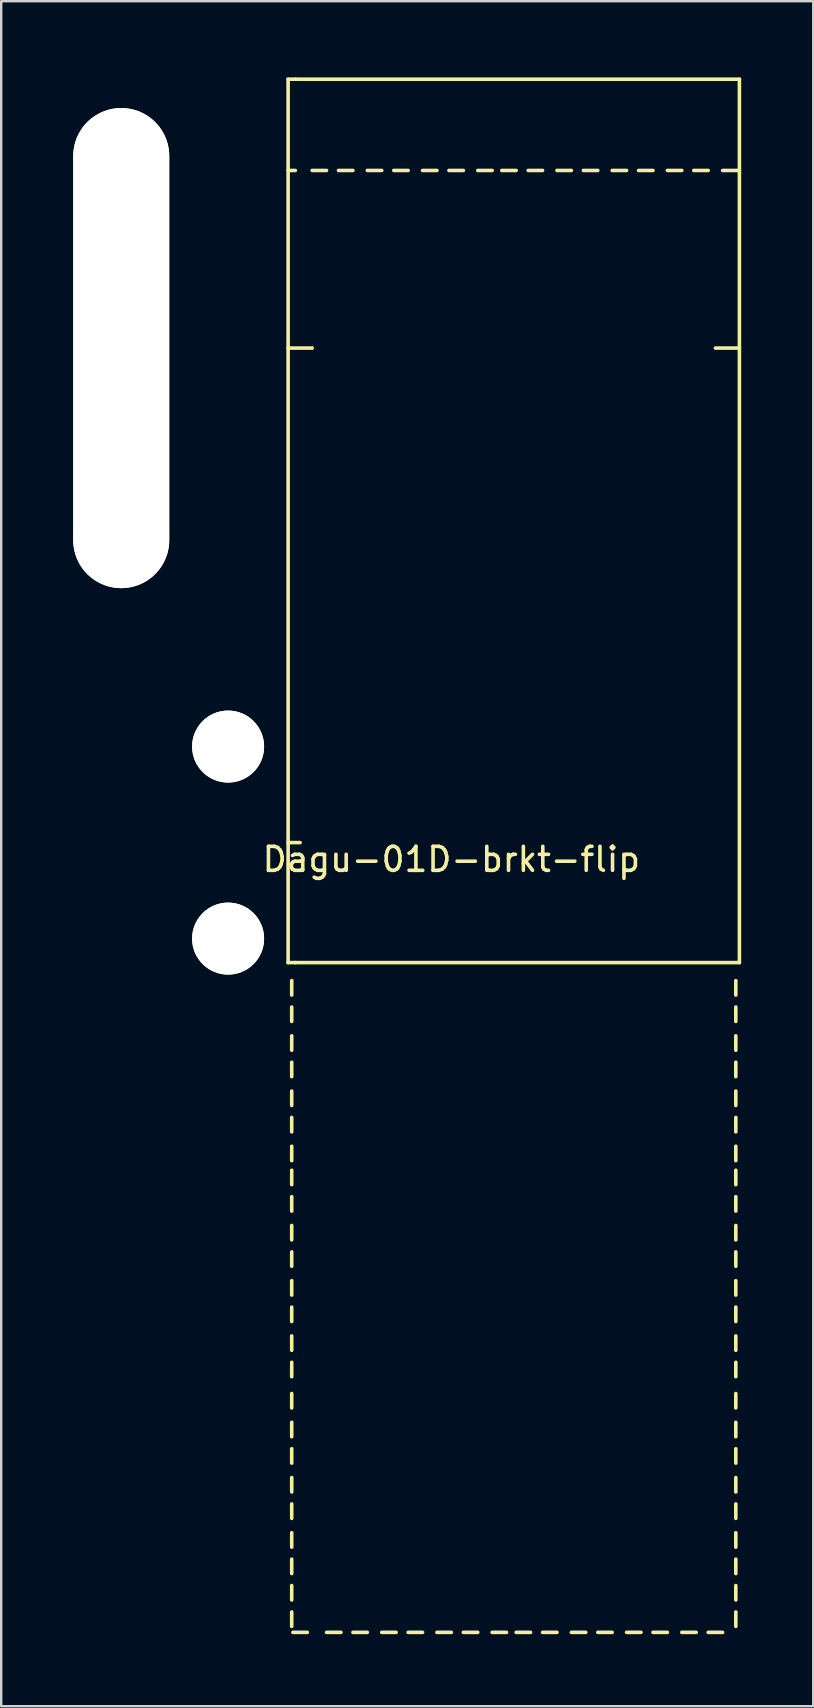
<source format=kicad_pcb>
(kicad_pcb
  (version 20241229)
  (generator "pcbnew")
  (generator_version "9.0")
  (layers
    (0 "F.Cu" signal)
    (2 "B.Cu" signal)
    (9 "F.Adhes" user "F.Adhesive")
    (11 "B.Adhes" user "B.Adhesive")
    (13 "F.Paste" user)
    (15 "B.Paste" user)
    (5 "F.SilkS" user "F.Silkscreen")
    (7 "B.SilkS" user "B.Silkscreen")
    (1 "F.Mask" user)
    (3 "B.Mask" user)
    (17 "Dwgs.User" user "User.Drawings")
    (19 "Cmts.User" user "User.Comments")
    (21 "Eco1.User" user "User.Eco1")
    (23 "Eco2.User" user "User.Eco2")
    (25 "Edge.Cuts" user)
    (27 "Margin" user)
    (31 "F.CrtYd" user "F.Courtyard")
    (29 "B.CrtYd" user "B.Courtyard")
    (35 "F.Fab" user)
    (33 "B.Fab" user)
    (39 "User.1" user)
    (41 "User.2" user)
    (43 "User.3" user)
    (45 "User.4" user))
  (footprint "Dagu-01D-brkt-flip"
    (layer "F.Cu")
    (at 8.952 0.25)
    (property "Reference" "Dagu-01D-brkt-flip" (at 6.8 32.5 0) (layer "F.SilkS") (effects (font (size 1 1) (thickness 0.15))))
    (attr through_hole)
    (fp_line (start 0 11.2) (end 1 11.2) (stroke (width 0.15) (type solid)) (layer "F.SilkS"))
    (fp_line (start 0 31.8) (end 0.5 31.8) (stroke (width 0.15) (type solid)) (layer "F.SilkS"))
    (fp_line (start 0 36.8) (end 0 0) (stroke (width 0.15) (type solid)) (layer "F.SilkS"))
    (fp_line (start 0.15 38.15) (end 0.15 37.55) (stroke (width 0.15) (type solid)) (layer "F.SilkS"))
    (fp_line (start 0.15 39.25) (end 0.15 38.65) (stroke (width 0.15) (type solid)) (layer "F.SilkS"))
    (fp_line (start 0.15 40.45) (end 0.15 39.85) (stroke (width 0.15) (type solid)) (layer "F.SilkS"))
    (fp_line (start 0.15 41.55) (end 0.15 40.95) (stroke (width 0.15) (type solid)) (layer "F.SilkS"))
    (fp_line (start 0.15 42.75) (end 0.15 42.15) (stroke (width 0.15) (type solid)) (layer "F.SilkS"))
    (fp_line (start 0.15 43.85) (end 0.15 43.25) (stroke (width 0.15) (type solid)) (layer "F.SilkS"))
    (fp_line (start 0.15 45.05) (end 0.15 44.45) (stroke (width 0.15) (type solid)) (layer "F.SilkS"))
    (fp_line (start 0.15 46.05) (end 0.15 45.45) (stroke (width 0.15) (type solid)) (layer "F.SilkS"))
    (fp_line (start 0.15 47.15) (end 0.15 46.55) (stroke (width 0.15) (type solid)) (layer "F.SilkS"))
    (fp_line (start 0.15 48.35) (end 0.15 47.75) (stroke (width 0.15) (type solid)) (layer "F.SilkS"))
    (fp_line (start 0.15 49.45) (end 0.15 48.85) (stroke (width 0.15) (type solid)) (layer "F.SilkS"))
    (fp_line (start 0.15 50.65) (end 0.15 50.05) (stroke (width 0.15) (type solid)) (layer "F.SilkS"))
    (fp_line (start 0.15 51.75) (end 0.15 51.15) (stroke (width 0.15) (type solid)) (layer "F.SilkS"))
    (fp_line (start 0.15 52.95) (end 0.15 52.35) (stroke (width 0.15) (type solid)) (layer "F.SilkS"))
    (fp_line (start 0.15 54.05) (end 0.15 53.45) (stroke (width 0.15) (type solid)) (layer "F.SilkS"))
    (fp_line (start 0.15 55.35) (end 0.15 54.75) (stroke (width 0.15) (type solid)) (layer "F.SilkS"))
    (fp_line (start 0.15 56.55) (end 0.15 55.95) (stroke (width 0.15) (type solid)) (layer "F.SilkS"))
    (fp_line (start 0.15 57.65) (end 0.15 57.05) (stroke (width 0.15) (type solid)) (layer "F.SilkS"))
    (fp_line (start 0.15 58.85) (end 0.15 58.25) (stroke (width 0.15) (type solid)) (layer "F.SilkS"))
    (fp_line (start 0.15 59.95) (end 0.15 59.35) (stroke (width 0.15) (type solid)) (layer "F.SilkS"))
    (fp_line (start 0.15 61.15) (end 0.15 60.55) (stroke (width 0.15) (type solid)) (layer "F.SilkS"))
    (fp_line (start 0.15 62.25) (end 0.15 61.65) (stroke (width 0.15) (type solid)) (layer "F.SilkS"))
    (fp_line (start 0.15 63.35) (end 0.15 62.75) (stroke (width 0.15) (type solid)) (layer "F.SilkS"))
    (fp_line (start 0.15 64.45) (end 0.15 63.85) (stroke (width 0.15) (type solid)) (layer "F.SilkS"))
    (fp_line (start 0.3 0) (end 0 0) (stroke (width 0.15) (type solid)) (layer "F.SilkS"))
    (fp_line (start 0.3 0) (end 18.8 0) (stroke (width 0.15) (type solid)) (layer "F.SilkS"))
    (fp_line (start 0.3 3.8) (end 0 3.8) (stroke (width 0.15) (type solid)) (layer "F.SilkS"))
    (fp_line (start 0.3 36.8) (end 0 36.8) (stroke (width 0.15) (type solid)) (layer "F.SilkS"))
    (fp_line (start 0.8 64.7) (end 0.2 64.7) (stroke (width 0.15) (type solid)) (layer "F.SilkS"))
    (fp_line (start 1.6 3.8) (end 1 3.8) (stroke (width 0.15) (type solid)) (layer "F.SilkS"))
    (fp_line (start 2.2 64.7) (end 1.6 64.7) (stroke (width 0.15) (type solid)) (layer "F.SilkS"))
    (fp_line (start 2.7 3.8) (end 2.1 3.8) (stroke (width 0.15) (type solid)) (layer "F.SilkS"))
    (fp_line (start 3.3 64.7) (end 2.7 64.7) (stroke (width 0.15) (type solid)) (layer "F.SilkS"))
    (fp_line (start 3.9 3.8) (end 3.3 3.8) (stroke (width 0.15) (type solid)) (layer "F.SilkS"))
    (fp_line (start 4.5 64.7) (end 3.9 64.7) (stroke (width 0.15) (type solid)) (layer "F.SilkS"))
    (fp_line (start 5 3.8) (end 4.4 3.8) (stroke (width 0.15) (type solid)) (layer "F.SilkS"))
    (fp_line (start 5.6 64.7) (end 5 64.7) (stroke (width 0.15) (type solid)) (layer "F.SilkS"))
    (fp_line (start 6.2 3.8) (end 5.6 3.8) (stroke (width 0.15) (type solid)) (layer "F.SilkS"))
    (fp_line (start 6.8 64.7) (end 6.2 64.7) (stroke (width 0.15) (type solid)) (layer "F.SilkS"))
    (fp_line (start 7.3 3.8) (end 6.7 3.8) (stroke (width 0.15) (type solid)) (layer "F.SilkS"))
    (fp_line (start 7.9 64.7) (end 7.3 64.7) (stroke (width 0.15) (type solid)) (layer "F.SilkS"))
    (fp_line (start 8.5 3.8) (end 7.9 3.8) (stroke (width 0.15) (type solid)) (layer "F.SilkS"))
    (fp_line (start 9.1 64.7) (end 8.5 64.7) (stroke (width 0.15) (type solid)) (layer "F.SilkS"))
    (fp_line (start 9.5 3.8) (end 8.9 3.8) (stroke (width 0.15) (type solid)) (layer "F.SilkS"))
    (fp_line (start 10.1 64.7) (end 9.5 64.7) (stroke (width 0.15) (type solid)) (layer "F.SilkS"))
    (fp_line (start 10.6 3.8) (end 10 3.8) (stroke (width 0.15) (type solid)) (layer "F.SilkS"))
    (fp_line (start 11.2 64.7) (end 10.6 64.7) (stroke (width 0.15) (type solid)) (layer "F.SilkS"))
    (fp_line (start 11.8 3.8) (end 11.2 3.8) (stroke (width 0.15) (type solid)) (layer "F.SilkS"))
    (fp_line (start 12.4 64.7) (end 11.8 64.7) (stroke (width 0.15) (type solid)) (layer "F.SilkS"))
    (fp_line (start 12.9 3.8) (end 12.3 3.8) (stroke (width 0.15) (type solid)) (layer "F.SilkS"))
    (fp_line (start 13.5 64.7) (end 12.9 64.7) (stroke (width 0.15) (type solid)) (layer "F.SilkS"))
    (fp_line (start 14.1 3.8) (end 13.5 3.8) (stroke (width 0.15) (type solid)) (layer "F.SilkS"))
    (fp_line (start 14.7 64.7) (end 14.1 64.7) (stroke (width 0.15) (type solid)) (layer "F.SilkS"))
    (fp_line (start 15.2 3.8) (end 14.6 3.8) (stroke (width 0.15) (type solid)) (layer "F.SilkS"))
    (fp_line (start 15.8 64.7) (end 15.2 64.7) (stroke (width 0.15) (type solid)) (layer "F.SilkS"))
    (fp_line (start 16.4 3.8) (end 15.8 3.8) (stroke (width 0.15) (type solid)) (layer "F.SilkS"))
    (fp_line (start 17 64.7) (end 16.4 64.7) (stroke (width 0.15) (type solid)) (layer "F.SilkS"))
    (fp_line (start 17.5 3.8) (end 16.9 3.8) (stroke (width 0.15) (type solid)) (layer "F.SilkS"))
    (fp_line (start 18.1 64.7) (end 17.5 64.7) (stroke (width 0.15) (type solid)) (layer "F.SilkS"))
    (fp_line (start 18.65 38.15) (end 18.65 37.55) (stroke (width 0.15) (type solid)) (layer "F.SilkS"))
    (fp_line (start 18.65 39.25) (end 18.65 38.65) (stroke (width 0.15) (type solid)) (layer "F.SilkS"))
    (fp_line (start 18.65 40.45) (end 18.65 39.85) (stroke (width 0.15) (type solid)) (layer "F.SilkS"))
    (fp_line (start 18.65 41.55) (end 18.65 40.95) (stroke (width 0.15) (type solid)) (layer "F.SilkS"))
    (fp_line (start 18.65 42.75) (end 18.65 42.15) (stroke (width 0.15) (type solid)) (layer "F.SilkS"))
    (fp_line (start 18.65 43.85) (end 18.65 43.25) (stroke (width 0.15) (type solid)) (layer "F.SilkS"))
    (fp_line (start 18.65 45.05) (end 18.65 44.45) (stroke (width 0.15) (type solid)) (layer "F.SilkS"))
    (fp_line (start 18.65 46.05) (end 18.65 45.45) (stroke (width 0.15) (type solid)) (layer "F.SilkS"))
    (fp_line (start 18.65 47.15) (end 18.65 46.55) (stroke (width 0.15) (type solid)) (layer "F.SilkS"))
    (fp_line (start 18.65 48.35) (end 18.65 47.75) (stroke (width 0.15) (type solid)) (layer "F.SilkS"))
    (fp_line (start 18.65 49.45) (end 18.65 48.85) (stroke (width 0.15) (type solid)) (layer "F.SilkS"))
    (fp_line (start 18.65 50.65) (end 18.65 50.05) (stroke (width 0.15) (type solid)) (layer "F.SilkS"))
    (fp_line (start 18.65 51.75) (end 18.65 51.15) (stroke (width 0.15) (type solid)) (layer "F.SilkS"))
    (fp_line (start 18.65 52.95) (end 18.65 52.35) (stroke (width 0.15) (type solid)) (layer "F.SilkS"))
    (fp_line (start 18.65 54.05) (end 18.65 53.45) (stroke (width 0.15) (type solid)) (layer "F.SilkS"))
    (fp_line (start 18.65 55.35) (end 18.65 54.75) (stroke (width 0.15) (type solid)) (layer "F.SilkS"))
    (fp_line (start 18.65 56.55) (end 18.65 55.95) (stroke (width 0.15) (type solid)) (layer "F.SilkS"))
    (fp_line (start 18.65 57.65) (end 18.65 57.05) (stroke (width 0.15) (type solid)) (layer "F.SilkS"))
    (fp_line (start 18.65 58.85) (end 18.65 58.25) (stroke (width 0.15) (type solid)) (layer "F.SilkS"))
    (fp_line (start 18.65 59.95) (end 18.65 59.35) (stroke (width 0.15) (type solid)) (layer "F.SilkS"))
    (fp_line (start 18.65 61.15) (end 18.65 60.55) (stroke (width 0.15) (type solid)) (layer "F.SilkS"))
    (fp_line (start 18.65 62.25) (end 18.65 61.65) (stroke (width 0.15) (type solid)) (layer "F.SilkS"))
    (fp_line (start 18.65 63.35) (end 18.65 62.75) (stroke (width 0.15) (type solid)) (layer "F.SilkS"))
    (fp_line (start 18.65 64.45) (end 18.65 63.85) (stroke (width 0.15) (type solid)) (layer "F.SilkS"))
    (fp_line (start 18.8 0) (end 18.8 36.8) (stroke (width 0.15) (type solid)) (layer "F.SilkS"))
    (fp_line (start 18.8 3.8) (end 18.1 3.8) (stroke (width 0.15) (type solid)) (layer "F.SilkS"))
    (fp_line (start 18.8 11.2) (end 17.8 11.2) (stroke (width 0.15) (type solid)) (layer "F.SilkS"))
    (fp_line (start 18.8 36.8) (end 0.3 36.8) (stroke (width 0.15) (type solid)) (layer "F.SilkS"))
    (pad "" np_thru_hole oval (at -6.952 11.2 180) (size 4 20) (drill oval 4 20) (layers "*.Cu" "*.Mask" "F.SilkS"))
    (pad "" np_thru_hole circle (at -2.5 27.8 180) (size 3 3) (drill 3) (layers "*.Cu" "*.Mask" "F.SilkS"))
    (pad "" np_thru_hole circle (at -2.5 35.8 180) (size 3 3) (drill 3) (layers "*.Cu" "*.Mask" "F.SilkS")))
  (gr_rect
    (start -3 -3)
    (end 30.827 68.025)
    (stroke (width 0.1) (type default))
    (fill no)
    (layer "Edge.Cuts")))
</source>
